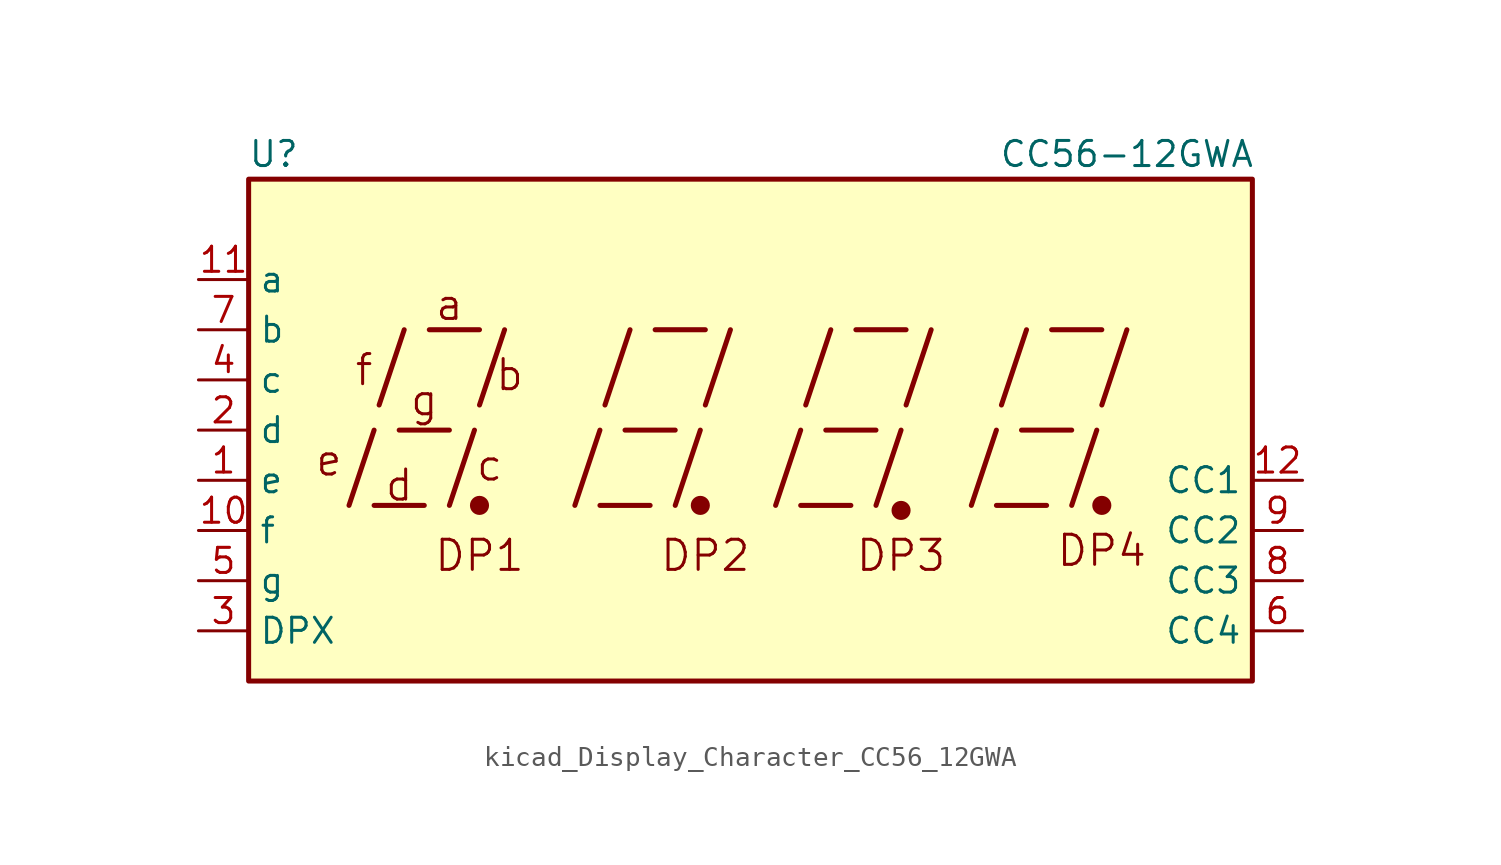
<source format=kicad_sym>
(kicad_symbol_lib
  (version 20220914)
  (generator kicad_symbol_editor)
  (symbol "kicad_Display_Character_CC56_12GWA"
    (property "Reference" "U"
      (at -24.13 13.97 0)
      (effects (font (size 1.27 1.27))))
    (property "Value" "CC56-12GWA"
      (at 19.05 13.97 0)
      (effects (font (size 1.27 1.27))))
    (symbol "kicad_Display_Character_CC56_12GWA_0_0"
      (rectangle (start -25.4 12.7) (end 25.4 -12.7) (stroke (width 0.254) (type default)) (fill (type background)))
      (polyline (pts (xy -20.32 -3.81) (xy -19.05 0)) (stroke (width 0.254) (type default)) (fill (type none)))
      (polyline (pts (xy -19.05 -3.81) (xy -16.51 -3.81)) (stroke (width 0.254) (type default)) (fill (type none)))
      (polyline (pts (xy -18.796 1.27) (xy -17.526 5.08)) (stroke (width 0.254) (type default)) (fill (type none)))
      (polyline (pts (xy -17.78 0) (xy -15.24 0)) (stroke (width 0.254) (type default)) (fill (type none)))
      (polyline (pts (xy -16.256 5.08) (xy -13.716 5.08)) (stroke (width 0.254) (type default)) (fill (type none)))
      (polyline (pts (xy -15.24 -3.81) (xy -13.97 0)) (stroke (width 0.254) (type default)) (fill (type none)))
      (polyline (pts (xy -13.716 1.27) (xy -12.446 5.08)) (stroke (width 0.254) (type default)) (fill (type none)))
      (polyline (pts (xy -8.89 -3.81) (xy -7.62 0)) (stroke (width 0.254) (type default)) (fill (type none)))
      (polyline (pts (xy -7.62 -3.81) (xy -5.08 -3.81)) (stroke (width 0.254) (type default)) (fill (type none)))
      (polyline (pts (xy -7.366 1.27) (xy -6.096 5.08)) (stroke (width 0.254) (type default)) (fill (type none)))
      (polyline (pts (xy -6.35 0) (xy -3.81 0)) (stroke (width 0.254) (type default)) (fill (type none)))
      (polyline (pts (xy -4.826 5.08) (xy -2.286 5.08)) (stroke (width 0.254) (type default)) (fill (type none)))
      (polyline (pts (xy -3.81 -3.81) (xy -2.54 0)) (stroke (width 0.254) (type default)) (fill (type none)))
      (polyline (pts (xy -2.286 1.27) (xy -1.016 5.08)) (stroke (width 0.254) (type default)) (fill (type none)))
      (polyline (pts (xy 1.27 -3.81) (xy 2.54 0)) (stroke (width 0.254) (type default)) (fill (type none)))
      (polyline (pts (xy 2.54 -3.81) (xy 5.08 -3.81)) (stroke (width 0.254) (type default)) (fill (type none)))
      (polyline (pts (xy 2.794 1.27) (xy 4.064 5.08)) (stroke (width 0.254) (type default)) (fill (type none)))
      (polyline (pts (xy 3.81 0) (xy 6.35 0)) (stroke (width 0.254) (type default)) (fill (type none)))
      (polyline (pts (xy 5.334 5.08) (xy 7.874 5.08)) (stroke (width 0.254) (type default)) (fill (type none)))
      (polyline (pts (xy 6.35 -3.81) (xy 7.62 0)) (stroke (width 0.254) (type default)) (fill (type none)))
      (polyline (pts (xy 7.874 1.27) (xy 9.144 5.08)) (stroke (width 0.254) (type default)) (fill (type none)))
      (polyline (pts (xy 11.176 -3.81) (xy 12.446 0)) (stroke (width 0.254) (type default)) (fill (type none)))
      (polyline (pts (xy 12.446 -3.81) (xy 14.986 -3.81)) (stroke (width 0.254) (type default)) (fill (type none)))
      (polyline (pts (xy 12.7 1.27) (xy 13.97 5.08)) (stroke (width 0.254) (type default)) (fill (type none)))
      (polyline (pts (xy 13.716 0) (xy 16.256 0)) (stroke (width 0.254) (type default)) (fill (type none)))
      (polyline (pts (xy 15.24 5.08) (xy 17.78 5.08)) (stroke (width 0.254) (type default)) (fill (type none)))
      (polyline (pts (xy 16.256 -3.81) (xy 17.526 0)) (stroke (width 0.254) (type default)) (fill (type none)))
      (polyline (pts (xy 17.78 1.27) (xy 19.05 5.08)) (stroke (width 0.254) (type default)) (fill (type none)))
      (text "a" (at -15.24 6.35 0) (effects (font (size 1.524 1.524))))
      (text "b" (at -12.192 2.794 0) (effects (font (size 1.524 1.524))))
      (text "c" (at -13.208 -1.778 0) (effects (font (size 1.524 1.524))))
      (text "d" (at -17.78 -2.794 0) (effects (font (size 1.524 1.524))))
      (text "DP1" (at -13.716 -6.35 0) (effects (font (size 1.524 1.524))))
      (text "DP2" (at -2.286 -6.35 0) (effects (font (size 1.524 1.524))))
      (text "DP3" (at 7.62 -6.35 0) (effects (font (size 1.524 1.524))))
      (text "DP4" (at 17.78 -6.096 0) (effects (font (size 1.524 1.524))))
      (text "e" (at -21.336 -1.524 0) (effects (font (size 1.524 1.524))))
      (text "f" (at -19.558 3.048 0) (effects (font (size 1.524 1.524))))
      (text "g" (at -16.51 1.524 0) (effects (font (size 1.524 1.524)))))
    (symbol "kicad_Display_Character_CC56_12GWA_0_1"
      (circle (center -13.716 -3.81) (radius 0.356) (stroke (width 0.254) (type default)) (fill (type outline)))
      (circle (center -2.54 -3.81) (radius 0.356) (stroke (width 0.254) (type default)) (fill (type outline))))
    (symbol "kicad_Display_Character_CC56_12GWA_1_0"
      (circle (center 7.62 -4.064) (radius 0.356) (stroke (width 0.254) (type default)) (fill (type outline)))
      (circle (center 17.78 -3.81) (radius 0.356) (stroke (width 0.254) (type default)) (fill (type outline))))
    (symbol "kicad_Display_Character_CC56_12GWA_1_1"
      (pin input line (at -27.94 -2.54 0) (length 2.54) (name "e" (effects (font (size 1.27 1.27)))) (number "1" (effects (font (size 1.27 1.27)))))
      (pin input line (at -27.94 -5.08 0) (length 2.54) (name "f" (effects (font (size 1.27 1.27)))) (number "10" (effects (font (size 1.27 1.27)))))
      (pin input line (at -27.94 7.62 0) (length 2.54) (name "a" (effects (font (size 1.27 1.27)))) (number "11" (effects (font (size 1.27 1.27)))))
      (pin input line (at 27.94 -2.54 180) (length 2.54) (name "CC1" (effects (font (size 1.27 1.27)))) (number "12" (effects (font (size 1.27 1.27)))))
      (pin input line (at -27.94 0 0) (length 2.54) (name "d" (effects (font (size 1.27 1.27)))) (number "2" (effects (font (size 1.27 1.27)))))
      (pin input line (at -27.94 -10.16 0) (length 2.54) (name "DPX" (effects (font (size 1.27 1.27)))) (number "3" (effects (font (size 1.27 1.27)))))
      (pin input line (at -27.94 2.54 0) (length 2.54) (name "c" (effects (font (size 1.27 1.27)))) (number "4" (effects (font (size 1.27 1.27)))))
      (pin input line (at -27.94 -7.62 0) (length 2.54) (name "g" (effects (font (size 1.27 1.27)))) (number "5" (effects (font (size 1.27 1.27)))))
      (pin input line (at 27.94 -10.16 180) (length 2.54) (name "CC4" (effects (font (size 1.27 1.27)))) (number "6" (effects (font (size 1.27 1.27)))))
      (pin input line (at -27.94 5.08 0) (length 2.54) (name "b" (effects (font (size 1.27 1.27)))) (number "7" (effects (font (size 1.27 1.27)))))
      (pin input line (at 27.94 -7.62 180) (length 2.54) (name "CC3" (effects (font (size 1.27 1.27)))) (number "8" (effects (font (size 1.27 1.27)))))
      (pin input line (at 27.94 -5.08 180) (length 2.54) (name "CC2" (effects (font (size 1.27 1.27)))) (number "9" (effects (font (size 1.27 1.27))))))))
</source>
